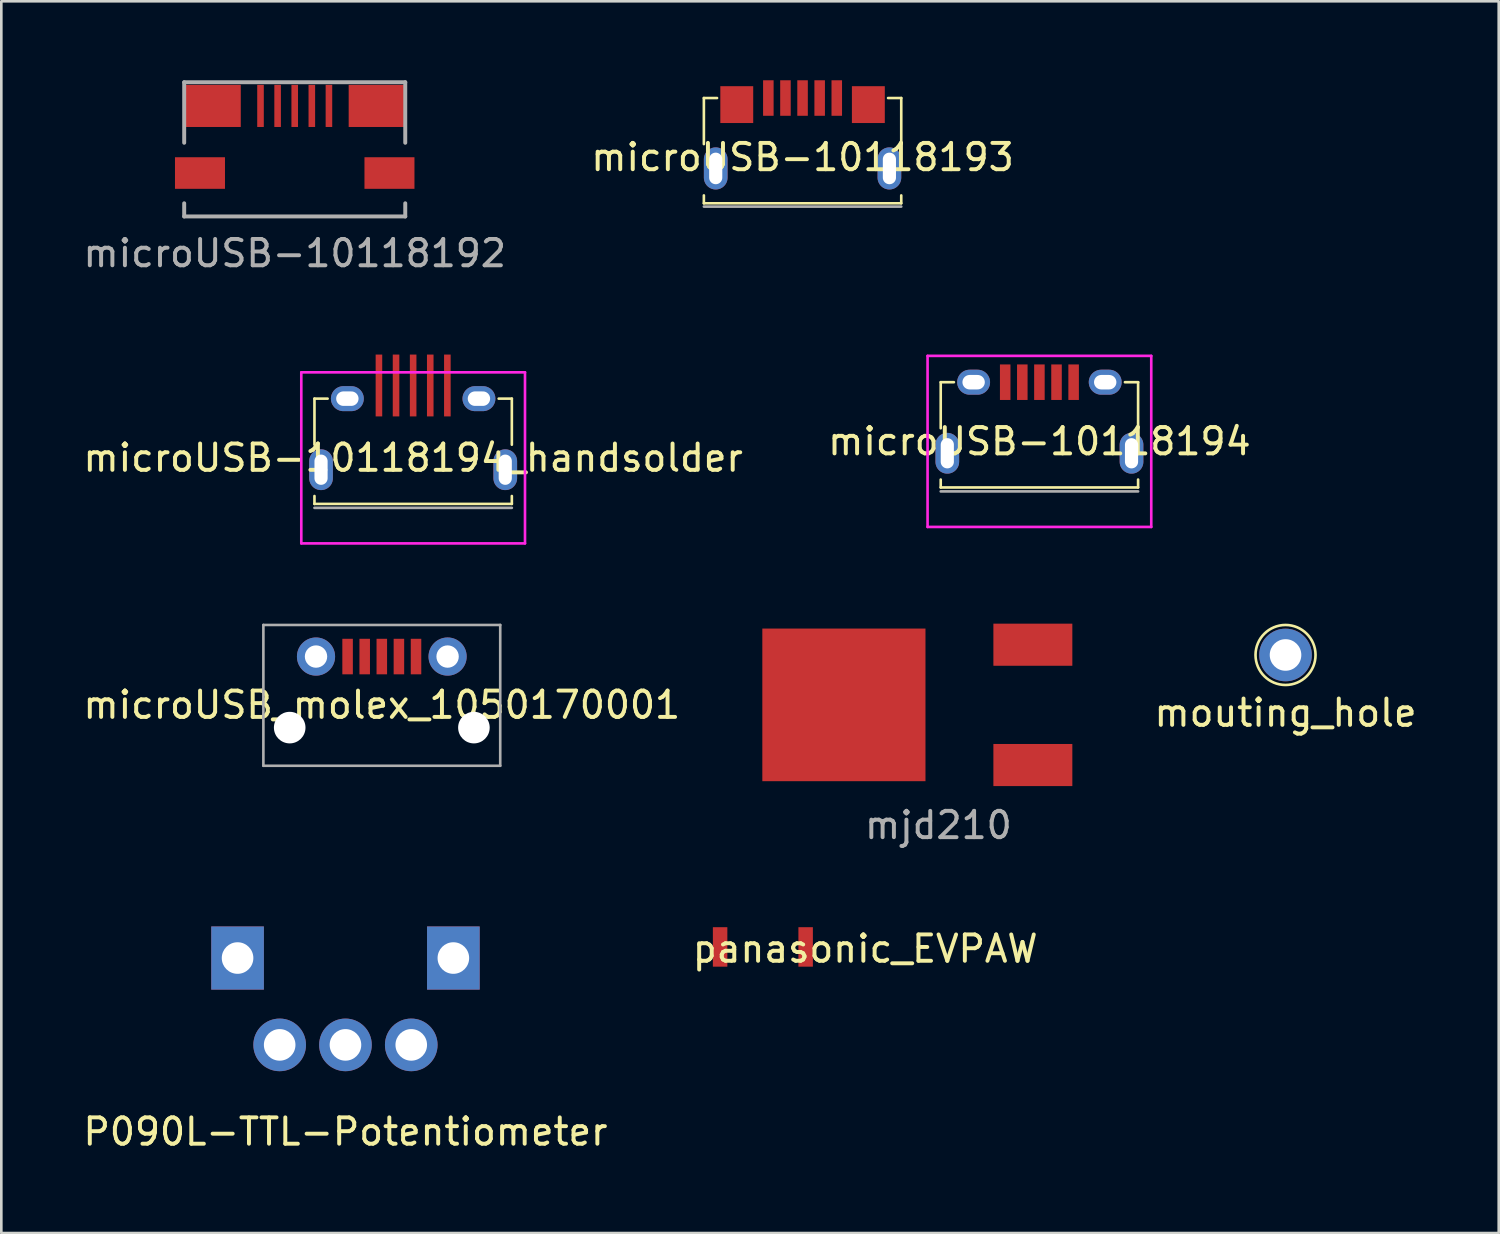
<source format=kicad_pcb>
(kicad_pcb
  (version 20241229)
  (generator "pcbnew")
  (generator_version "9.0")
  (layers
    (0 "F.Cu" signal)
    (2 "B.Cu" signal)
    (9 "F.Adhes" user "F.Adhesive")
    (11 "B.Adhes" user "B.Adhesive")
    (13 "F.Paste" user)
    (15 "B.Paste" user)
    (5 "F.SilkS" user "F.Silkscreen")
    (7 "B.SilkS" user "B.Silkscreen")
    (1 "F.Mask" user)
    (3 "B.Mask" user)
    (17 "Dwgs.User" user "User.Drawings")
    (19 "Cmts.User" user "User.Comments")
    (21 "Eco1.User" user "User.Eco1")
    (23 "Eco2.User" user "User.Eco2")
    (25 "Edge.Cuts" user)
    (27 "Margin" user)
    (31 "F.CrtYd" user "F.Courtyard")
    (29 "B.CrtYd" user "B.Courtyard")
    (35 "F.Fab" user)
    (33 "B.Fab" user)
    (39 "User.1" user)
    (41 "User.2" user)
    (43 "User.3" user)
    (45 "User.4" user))
  (footprint "microUSB-10118192"
    (layer "F.Cu")
    (at 8.149 0.975)
    (property "Reference" "microUSB-10118192" (at 0 5.6 0) (layer "F.Fab") (effects (font (size 1 1) (thickness 0.15))))
    (attr through_hole)
    (fp_line (start -4.2 -0.9) (end -4.2 1.4) (stroke (width 0.15) (type solid)) (layer "F.Fab"))
    (fp_line (start -4.2 4.2) (end -4.2 3.7) (stroke (width 0.15) (type solid)) (layer "F.Fab"))
    (fp_line (start -4.2 4.2) (end 4.2 4.2) (stroke (width 0.15) (type solid)) (layer "F.Fab"))
    (fp_line (start 4.2 -0.9) (end -4.2 -0.9) (stroke (width 0.15) (type solid)) (layer "F.Fab"))
    (fp_line (start 4.2 -0.9) (end 4.2 1.4) (stroke (width 0.15) (type solid)) (layer "F.Fab"))
    (fp_line (start 4.2 4.2) (end 4.2 3.7) (stroke (width 0.15) (type solid)) (layer "F.Fab"))
    (pad "1" smd rect (at -1.3 0) (size 0.25 1.6) (layers "F.Cu" "F.Mask" "F.Paste"))
    (pad "2" smd rect (at -0.65 0) (size 0.25 1.6) (layers "F.Cu" "F.Mask" "F.Paste"))
    (pad "3" smd rect (at 0 0) (size 0.25 1.6) (layers "F.Cu" "F.Mask" "F.Paste"))
    (pad "4" smd rect (at 0.65 0) (size 0.25 1.6) (layers "F.Cu" "F.Mask" "F.Paste"))
    (pad "5" smd rect (at 1.3 0) (size 0.25 1.6) (layers "F.Cu" "F.Mask" "F.Paste"))
    (pad "6" smd rect (at -3.6 2.55) (size 1.9 1.2) (layers "F.Cu" "F.Mask" "F.Paste"))
    (pad "6" smd rect (at -3.1 0) (size 2.1 1.6) (layers "F.Cu" "F.Mask" "F.Paste"))
    (pad "6" smd rect (at 3.1 0) (size 2.1 1.6) (layers "F.Cu" "F.Mask" "F.Paste"))
    (pad "6" smd rect (at 3.6 2.55) (size 1.9 1.2) (layers "F.Cu" "F.Mask" "F.Paste")))
  (footprint "P090L-TTL-Potentiometer"
    (layer "F.Cu")
    (at 10.077 36.654)
    (property "Reference" "P090L-TTL-Potentiometer" (at 0 3.3 0) (layer "F.SilkS") (effects (font (size 1 1) (thickness 0.15))))
    (attr through_hole)
    (pad "" np_thru_hole rect (at -4.1 -3.3) (size 2 2.4) (drill 1.2) (layers "*.Cu" "*.Mask"))
    (pad "" np_thru_hole rect (at 4.1 -3.3) (size 2 2.4) (drill 1.2) (layers "*.Cu" "*.Mask"))
    (pad "1" thru_hole circle (at -2.5 0) (size 2 2) (drill 1.2) (layers "*.Cu" "*.Mask"))
    (pad "2" thru_hole circle (at 0 0) (size 2 2) (drill 1.2) (layers "*.Cu" "*.Mask"))
    (pad "3" thru_hole circle (at 2.5 0) (size 2 2) (drill 1.2) (layers "*.Cu" "*.Mask")))
  (footprint "panasonic_EVPAW"
    (layer "F.Cu")
    (at 25.938 32.932)
    (property "Reference" "panasonic_EVPAW" (at 3.889 0.071 0) (layer "F.SilkS") (effects (font (size 1 1) (thickness 0.15))))
    (attr through_hole)
    (pad "1" smd rect (at -1.625 0) (size 0.55 1.5) (layers "F.Cu" "F.Mask" "F.Paste"))
    (pad "2" smd rect (at 1.625 0) (size 0.55 1.5) (layers "F.Cu" "F.Mask" "F.Paste")))
  (footprint "microUSB_molex_1050170001"
    (layer "F.Cu")
    (at 11.458 21.898)
    (property "Reference" "microUSB_molex_1050170001" (at 0 1.838 0) (layer "F.SilkS") (effects (font (size 1 1) (thickness 0.15))))
    (attr through_hole)
    (fp_line (start -4.5 -1.2) (end -4.5 4.15) (stroke (width 0.1) (type solid)) (layer "F.Fab"))
    (fp_line (start -4.5 4.15) (end 4.5 4.15) (stroke (width 0.1) (type solid)) (layer "F.Fab"))
    (fp_line (start 4.5 -1.2) (end -4.5 -1.2) (stroke (width 0.1) (type solid)) (layer "F.Fab"))
    (fp_line (start 4.5 4.15) (end 4.5 -1.2) (stroke (width 0.1) (type solid)) (layer "F.Fab"))
    (pad "" np_thru_hole circle (at -3.5 2.7) (size 1.2 1.2) (drill 1.2) (layers "*.Cu" "*.Mask"))
    (pad "" np_thru_hole circle (at -2.5 0) (size 1.45 1.45) (drill 0.85) (layers "*.Cu" "*.Mask"))
    (pad "" np_thru_hole circle (at 2.5 0) (size 1.45 1.45) (drill 0.85) (layers "*.Cu" "*.Mask"))
    (pad "" np_thru_hole circle (at 3.5 2.7) (size 1.2 1.2) (drill 1.2) (layers "*.Cu" "*.Mask"))
    (pad "1" smd rect (at -1.3 0) (size 0.4 1.35) (layers "F.Cu" "F.Mask" "F.Paste"))
    (pad "2" smd rect (at -0.65 0) (size 0.4 1.35) (layers "F.Cu" "F.Mask" "F.Paste"))
    (pad "3" smd rect (at 0 0) (size 0.4 1.35) (layers "F.Cu" "F.Mask" "F.Paste"))
    (pad "4" smd rect (at 0.65 0) (size 0.4 1.35) (layers "F.Cu" "F.Mask" "F.Paste"))
    (pad "5" smd rect (at 1.3 0) (size 0.4 1.35) (layers "F.Cu" "F.Mask" "F.Paste")))
  (footprint "microUSB-10118193"
    (layer "F.Cu")
    (at 27.446 0.675)
    (property "Reference" "microUSB-10118193" (at 0 2.25 0) (layer "F.SilkS") (effects (font (size 1 1) (thickness 0.15))))
    (attr through_hole)
    (fp_line (start -3.75 0) (end -3.25 0) (stroke (width 0.1) (type solid)) (layer "F.SilkS"))
    (fp_line (start -3.75 1.75) (end -3.75 0) (stroke (width 0.1) (type solid)) (layer "F.SilkS"))
    (fp_line (start -3.75 4) (end -3.75 3.7) (stroke (width 0.1) (type solid)) (layer "F.SilkS"))
    (fp_line (start -3.75 4) (end 3.75 4) (stroke (width 0.1) (type solid)) (layer "F.SilkS"))
    (fp_line (start 3.75 0) (end 3.25 0) (stroke (width 0.1) (type solid)) (layer "F.SilkS"))
    (fp_line (start 3.75 1.75) (end 3.75 0) (stroke (width 0.1) (type solid)) (layer "F.SilkS"))
    (fp_line (start 3.75 4) (end 3.75 3.7) (stroke (width 0.1) (type solid)) (layer "F.SilkS"))
    (fp_line (start -3.75 4.125) (end 3.75 4.125) (stroke (width 0.1) (type solid)) (layer "F.Fab"))
    (pad "" np_thru_hole oval (at -3.3 2.675) (size 0.9 1.6) (drill oval 0.5 1.2) (layers "*.Cu" "*.Mask"))
    (pad "" smd rect (at -2.5 0.25) (size 1.25 1.4) (layers "F.Cu" "F.Mask" "F.Paste"))
    (pad "" smd rect (at 2.5 0.25) (size 1.25 1.4) (layers "F.Cu" "F.Mask" "F.Paste"))
    (pad "" np_thru_hole oval (at 3.3 2.675) (size 0.9 1.6) (drill oval 0.5 1.2) (layers "*.Cu" "*.Mask"))
    (pad "1" smd rect (at -1.3 0) (size 0.4 1.35) (layers "F.Cu" "F.Mask" "F.Paste"))
    (pad "2" smd rect (at -0.65 0) (size 0.4 1.35) (layers "F.Cu" "F.Mask" "F.Paste"))
    (pad "3" smd rect (at 0 0) (size 0.4 1.35) (layers "F.Cu" "F.Mask" "F.Paste"))
    (pad "4" smd rect (at 0.65 0) (size 0.4 1.35) (layers "F.Cu" "F.Mask" "F.Paste"))
    (pad "5" smd rect (at 1.3 0) (size 0.4 1.35) (layers "F.Cu" "F.Mask" "F.Paste")))
  (footprint "mjd210"
    (layer "F.Cu")
    (at 32.607 23.734)
    (property "Reference" "mjd210" (at 0 4.572 0) (layer "F.Fab") (effects (font (size 1 1) (thickness 0.15))))
    (attr through_hole)
    (pad "1" smd rect (at 3.59 2.286) (size 3 1.6) (layers "F.Cu" "F.Mask" "F.Paste"))
    (pad "2" smd rect (at -3.59 0) (size 6.2 5.8) (layers "F.Cu" "F.Mask" "F.Paste"))
    (pad "3" smd rect (at 3.59 -2.286) (size 3 1.6) (layers "F.Cu" "F.Mask" "F.Paste")))
  (footprint "mouting_hole"
    (layer "F.Cu")
    (at 45.798 21.838)
    (property "Reference" "mouting_hole" (at 0 2.2 0) (layer "F.SilkS") (effects (font (size 1 1) (thickness 0.15))))
    (attr through_hole)
    (fp_circle (center 0 0) (end 0.7 -0.9) (stroke (width 0.1) (type solid)) (fill no) (layer "F.SilkS"))
    (pad "1" thru_hole circle (at 0 0) (size 2 2) (drill 1.2) (layers "*.Cu" "*.Mask")))
  (footprint "microUSB-10118194_handsolder"
    (layer "F.Cu")
    (at 12.649 12.098)
    (property "Reference" "microUSB-10118194_handsolder" (at 0 2.25 0) (layer "F.SilkS") (effects (font (size 1 1) (thickness 0.15))))
    (attr through_hole)
    (fp_line (start -3.75 0) (end -3.25 0) (stroke (width 0.1) (type solid)) (layer "F.SilkS"))
    (fp_line (start -3.75 1.75) (end -3.75 0) (stroke (width 0.1) (type solid)) (layer "F.SilkS"))
    (fp_line (start -3.75 4) (end -3.75 3.7) (stroke (width 0.1) (type solid)) (layer "F.SilkS"))
    (fp_line (start -3.75 4) (end 3.75 4) (stroke (width 0.1) (type solid)) (layer "F.SilkS"))
    (fp_line (start 3.75 0) (end 3.25 0) (stroke (width 0.1) (type solid)) (layer "F.SilkS"))
    (fp_line (start 3.75 1.75) (end 3.75 0) (stroke (width 0.1) (type solid)) (layer "F.SilkS"))
    (fp_line (start 3.75 4) (end 3.75 3.7) (stroke (width 0.1) (type solid)) (layer "F.SilkS"))
    (fp_line (start -4.25 -1) (end -4.25 5.5) (stroke (width 0.1) (type solid)) (layer "F.CrtYd"))
    (fp_line (start -4.25 5.5) (end 4.25 5.5) (stroke (width 0.1) (type solid)) (layer "F.CrtYd"))
    (fp_line (start 4.25 -1) (end -4.25 -1) (stroke (width 0.1) (type solid)) (layer "F.CrtYd"))
    (fp_line (start 4.25 5.5) (end 4.25 -1) (stroke (width 0.1) (type solid)) (layer "F.CrtYd"))
    (fp_line (start -3.75 4.15) (end 3.75 4.15) (stroke (width 0.1) (type solid)) (layer "F.Fab"))
    (pad "" np_thru_hole oval (at -3.5 2.7) (size 0.9 1.55) (drill oval 0.5 1.15) (layers "*.Cu" "*.Mask"))
    (pad "" np_thru_hole oval (at -2.5 0) (size 1.25 0.95) (drill oval 0.85 0.55) (layers "*.Cu" "*.Mask"))
    (pad "" np_thru_hole oval (at 2.5 0) (size 1.25 0.95) (drill oval 0.85 0.55) (layers "*.Cu" "*.Mask"))
    (pad "" np_thru_hole oval (at 3.5 2.7) (size 0.9 1.55) (drill oval 0.5 1.15) (layers "*.Cu" "*.Mask"))
    (pad "1" smd rect (at -1.3 -0.5) (size 0.25 2.35) (layers "F.Cu" "F.Mask" "F.Paste"))
    (pad "2" smd rect (at -0.65 -0.5) (size 0.25 2.35) (layers "F.Cu" "F.Mask" "F.Paste"))
    (pad "3" smd rect (at 0 -0.5) (size 0.25 2.35) (layers "F.Cu" "F.Mask" "F.Paste"))
    (pad "4" smd rect (at 0.65 -0.5) (size 0.25 2.35) (layers "F.Cu" "F.Mask" "F.Paste"))
    (pad "5" smd rect (at 1.3 -0.5) (size 0.25 2.35) (layers "F.Cu" "F.Mask" "F.Paste")))
  (footprint "microUSB-10118194"
    (layer "F.Cu")
    (at 36.446 11.473)
    (property "Reference" "microUSB-10118194" (at 0 2.25 0) (layer "F.SilkS") (effects (font (size 1 1) (thickness 0.15))))
    (attr through_hole)
    (fp_line (start -3.75 0) (end -3.25 0) (stroke (width 0.1) (type solid)) (layer "F.SilkS"))
    (fp_line (start -3.75 1.75) (end -3.75 0) (stroke (width 0.1) (type solid)) (layer "F.SilkS"))
    (fp_line (start -3.75 4) (end -3.75 3.7) (stroke (width 0.1) (type solid)) (layer "F.SilkS"))
    (fp_line (start -3.75 4) (end 3.75 4) (stroke (width 0.1) (type solid)) (layer "F.SilkS"))
    (fp_line (start 3.75 0) (end 3.25 0) (stroke (width 0.1) (type solid)) (layer "F.SilkS"))
    (fp_line (start 3.75 1.75) (end 3.75 0) (stroke (width 0.1) (type solid)) (layer "F.SilkS"))
    (fp_line (start 3.75 4) (end 3.75 3.7) (stroke (width 0.1) (type solid)) (layer "F.SilkS"))
    (fp_line (start -4.25 -1) (end -4.25 5.5) (stroke (width 0.1) (type solid)) (layer "F.CrtYd"))
    (fp_line (start -4.25 5.5) (end 4.25 5.5) (stroke (width 0.1) (type solid)) (layer "F.CrtYd"))
    (fp_line (start 4.25 -1) (end -4.25 -1) (stroke (width 0.1) (type solid)) (layer "F.CrtYd"))
    (fp_line (start 4.25 5.5) (end 4.25 -1) (stroke (width 0.1) (type solid)) (layer "F.CrtYd"))
    (fp_line (start -3.75 4.15) (end 3.75 4.15) (stroke (width 0.1) (type solid)) (layer "F.Fab"))
    (pad "" np_thru_hole oval (at -3.5 2.7) (size 0.9 1.55) (drill oval 0.5 1.15) (layers "*.Cu" "*.Mask"))
    (pad "" np_thru_hole oval (at -2.5 0) (size 1.25 0.95) (drill oval 0.85 0.55) (layers "*.Cu" "*.Mask"))
    (pad "" np_thru_hole oval (at 2.5 0) (size 1.25 0.95) (drill oval 0.85 0.55) (layers "*.Cu" "*.Mask"))
    (pad "" np_thru_hole oval (at 3.5 2.7) (size 0.9 1.55) (drill oval 0.5 1.15) (layers "*.Cu" "*.Mask"))
    (pad "1" smd rect (at -1.3 0) (size 0.4 1.35) (layers "F.Cu" "F.Mask" "F.Paste"))
    (pad "2" smd rect (at -0.65 0) (size 0.4 1.35) (layers "F.Cu" "F.Mask" "F.Paste"))
    (pad "3" smd rect (at 0 0) (size 0.4 1.35) (layers "F.Cu" "F.Mask" "F.Paste"))
    (pad "4" smd rect (at 0.65 0) (size 0.4 1.35) (layers "F.Cu" "F.Mask" "F.Paste"))
    (pad "5" smd rect (at 1.3 0) (size 0.4 1.35) (layers "F.Cu" "F.Mask" "F.Paste")))
  (gr_rect
    (start -3 -3)
    (end 53.899 43.803)
    (stroke (width 0.1) (type default))
    (fill no)
    (layer "Edge.Cuts")))
</source>
